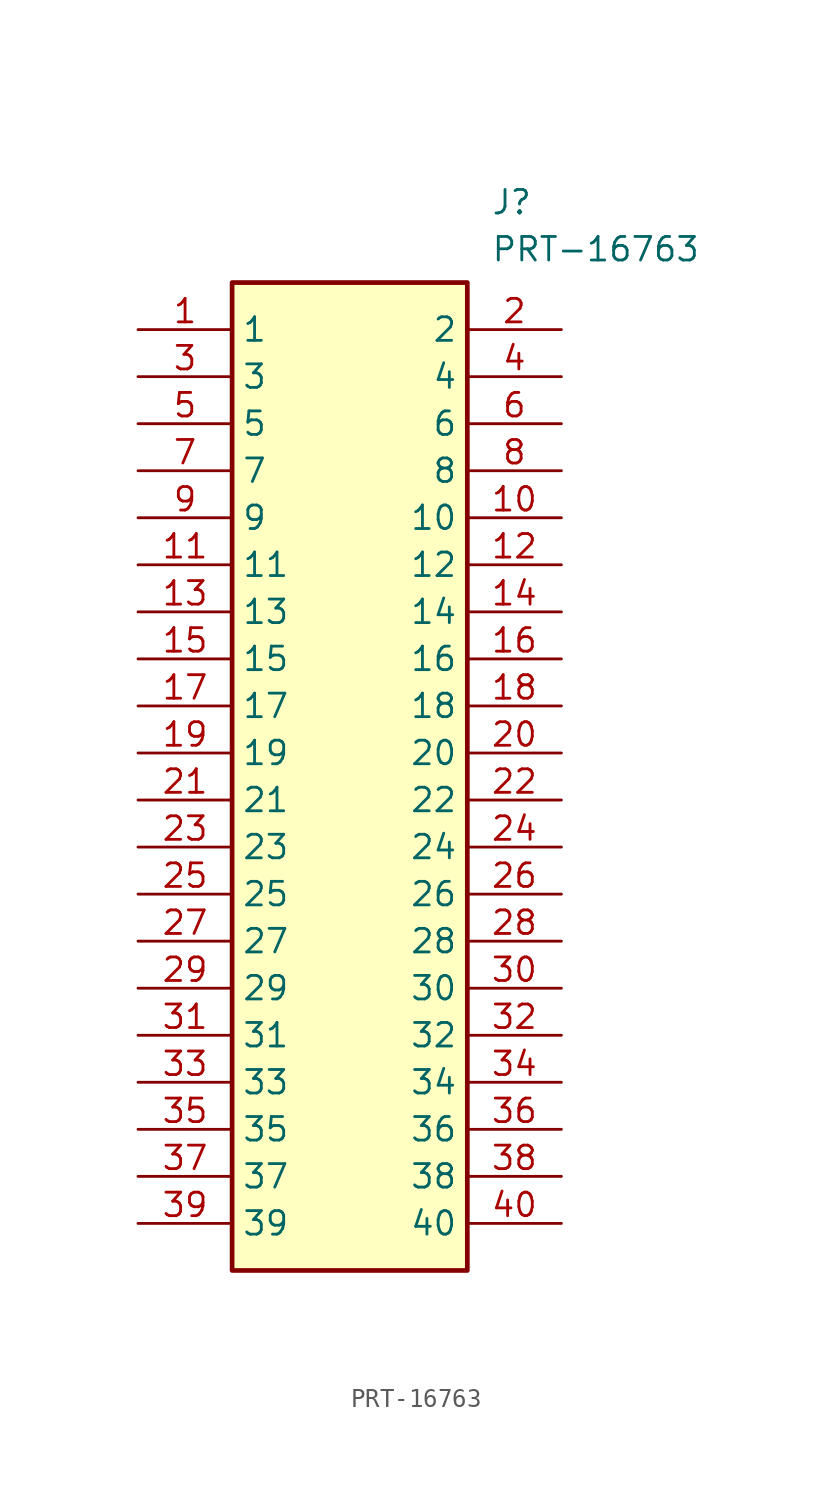
<source format=kicad_sym>
(kicad_symbol_lib
  (version 20211014)
  (generator SamacSys_ECAD_Model)
  (symbol "PRT-16763"
    (property "Reference" "J"
      (at 19.05 7.62 0)
      (effects (font (size 1.27 1.27)) (justify left top)))
    (property "Value" "PRT-16763"
      (at 19.05 5.08 0)
      (effects (font (size 1.27 1.27)) (justify left top)))
    (rectangle
      (start 5.08 2.54)
      (end 17.78 -50.8)
      (stroke (width 0.254) (type default))
      (fill (type background)))
    (pin passive line
      (at 0 0 0)
      (length 5.08)
      (name "1" (effects (font (size 1.27 1.27))))
      (number "1" (effects (font (size 1.27 1.27)))))
    (pin passive line
      (at 0 -2.54 0)
      (length 5.08)
      (name "3" (effects (font (size 1.27 1.27))))
      (number "3" (effects (font (size 1.27 1.27)))))
    (pin passive line
      (at 0 -5.08 0)
      (length 5.08)
      (name "5" (effects (font (size 1.27 1.27))))
      (number "5" (effects (font (size 1.27 1.27)))))
    (pin passive line
      (at 0 -7.62 0)
      (length 5.08)
      (name "7" (effects (font (size 1.27 1.27))))
      (number "7" (effects (font (size 1.27 1.27)))))
    (pin passive line
      (at 0 -10.16 0)
      (length 5.08)
      (name "9" (effects (font (size 1.27 1.27))))
      (number "9" (effects (font (size 1.27 1.27)))))
    (pin passive line
      (at 0 -12.7 0)
      (length 5.08)
      (name "11" (effects (font (size 1.27 1.27))))
      (number "11" (effects (font (size 1.27 1.27)))))
    (pin passive line
      (at 0 -15.24 0)
      (length 5.08)
      (name "13" (effects (font (size 1.27 1.27))))
      (number "13" (effects (font (size 1.27 1.27)))))
    (pin passive line
      (at 0 -17.78 0)
      (length 5.08)
      (name "15" (effects (font (size 1.27 1.27))))
      (number "15" (effects (font (size 1.27 1.27)))))
    (pin passive line
      (at 0 -20.32 0)
      (length 5.08)
      (name "17" (effects (font (size 1.27 1.27))))
      (number "17" (effects (font (size 1.27 1.27)))))
    (pin passive line
      (at 0 -22.86 0)
      (length 5.08)
      (name "19" (effects (font (size 1.27 1.27))))
      (number "19" (effects (font (size 1.27 1.27)))))
    (pin passive line
      (at 0 -25.4 0)
      (length 5.08)
      (name "21" (effects (font (size 1.27 1.27))))
      (number "21" (effects (font (size 1.27 1.27)))))
    (pin passive line
      (at 0 -27.94 0)
      (length 5.08)
      (name "23" (effects (font (size 1.27 1.27))))
      (number "23" (effects (font (size 1.27 1.27)))))
    (pin passive line
      (at 0 -30.48 0)
      (length 5.08)
      (name "25" (effects (font (size 1.27 1.27))))
      (number "25" (effects (font (size 1.27 1.27)))))
    (pin passive line
      (at 0 -33.02 0)
      (length 5.08)
      (name "27" (effects (font (size 1.27 1.27))))
      (number "27" (effects (font (size 1.27 1.27)))))
    (pin passive line
      (at 0 -35.56 0)
      (length 5.08)
      (name "29" (effects (font (size 1.27 1.27))))
      (number "29" (effects (font (size 1.27 1.27)))))
    (pin passive line
      (at 0 -38.1 0)
      (length 5.08)
      (name "31" (effects (font (size 1.27 1.27))))
      (number "31" (effects (font (size 1.27 1.27)))))
    (pin passive line
      (at 0 -40.64 0)
      (length 5.08)
      (name "33" (effects (font (size 1.27 1.27))))
      (number "33" (effects (font (size 1.27 1.27)))))
    (pin passive line
      (at 0 -43.18 0)
      (length 5.08)
      (name "35" (effects (font (size 1.27 1.27))))
      (number "35" (effects (font (size 1.27 1.27)))))
    (pin passive line
      (at 0 -45.72 0)
      (length 5.08)
      (name "37" (effects (font (size 1.27 1.27))))
      (number "37" (effects (font (size 1.27 1.27)))))
    (pin passive line
      (at 0 -48.26 0)
      (length 5.08)
      (name "39" (effects (font (size 1.27 1.27))))
      (number "39" (effects (font (size 1.27 1.27)))))
    (pin passive line
      (at 22.86 0 180)
      (length 5.08)
      (name "2" (effects (font (size 1.27 1.27))))
      (number "2" (effects (font (size 1.27 1.27)))))
    (pin passive line
      (at 22.86 -2.54 180)
      (length 5.08)
      (name "4" (effects (font (size 1.27 1.27))))
      (number "4" (effects (font (size 1.27 1.27)))))
    (pin passive line
      (at 22.86 -5.08 180)
      (length 5.08)
      (name "6" (effects (font (size 1.27 1.27))))
      (number "6" (effects (font (size 1.27 1.27)))))
    (pin passive line
      (at 22.86 -7.62 180)
      (length 5.08)
      (name "8" (effects (font (size 1.27 1.27))))
      (number "8" (effects (font (size 1.27 1.27)))))
    (pin passive line
      (at 22.86 -10.16 180)
      (length 5.08)
      (name "10" (effects (font (size 1.27 1.27))))
      (number "10" (effects (font (size 1.27 1.27)))))
    (pin passive line
      (at 22.86 -12.7 180)
      (length 5.08)
      (name "12" (effects (font (size 1.27 1.27))))
      (number "12" (effects (font (size 1.27 1.27)))))
    (pin passive line
      (at 22.86 -15.24 180)
      (length 5.08)
      (name "14" (effects (font (size 1.27 1.27))))
      (number "14" (effects (font (size 1.27 1.27)))))
    (pin passive line
      (at 22.86 -17.78 180)
      (length 5.08)
      (name "16" (effects (font (size 1.27 1.27))))
      (number "16" (effects (font (size 1.27 1.27)))))
    (pin passive line
      (at 22.86 -20.32 180)
      (length 5.08)
      (name "18" (effects (font (size 1.27 1.27))))
      (number "18" (effects (font (size 1.27 1.27)))))
    (pin passive line
      (at 22.86 -22.86 180)
      (length 5.08)
      (name "20" (effects (font (size 1.27 1.27))))
      (number "20" (effects (font (size 1.27 1.27)))))
    (pin passive line
      (at 22.86 -25.4 180)
      (length 5.08)
      (name "22" (effects (font (size 1.27 1.27))))
      (number "22" (effects (font (size 1.27 1.27)))))
    (pin passive line
      (at 22.86 -27.94 180)
      (length 5.08)
      (name "24" (effects (font (size 1.27 1.27))))
      (number "24" (effects (font (size 1.27 1.27)))))
    (pin passive line
      (at 22.86 -30.48 180)
      (length 5.08)
      (name "26" (effects (font (size 1.27 1.27))))
      (number "26" (effects (font (size 1.27 1.27)))))
    (pin passive line
      (at 22.86 -33.02 180)
      (length 5.08)
      (name "28" (effects (font (size 1.27 1.27))))
      (number "28" (effects (font (size 1.27 1.27)))))
    (pin passive line
      (at 22.86 -35.56 180)
      (length 5.08)
      (name "30" (effects (font (size 1.27 1.27))))
      (number "30" (effects (font (size 1.27 1.27)))))
    (pin passive line
      (at 22.86 -38.1 180)
      (length 5.08)
      (name "32" (effects (font (size 1.27 1.27))))
      (number "32" (effects (font (size 1.27 1.27)))))
    (pin passive line
      (at 22.86 -40.64 180)
      (length 5.08)
      (name "34" (effects (font (size 1.27 1.27))))
      (number "34" (effects (font (size 1.27 1.27)))))
    (pin passive line
      (at 22.86 -43.18 180)
      (length 5.08)
      (name "36" (effects (font (size 1.27 1.27))))
      (number "36" (effects (font (size 1.27 1.27)))))
    (pin passive line
      (at 22.86 -45.72 180)
      (length 5.08)
      (name "38" (effects (font (size 1.27 1.27))))
      (number "38" (effects (font (size 1.27 1.27)))))
    (pin passive line
      (at 22.86 -48.26 180)
      (length 5.08)
      (name "40" (effects (font (size 1.27 1.27))))
      (number "40" (effects (font (size 1.27 1.27)))))))
</source>
